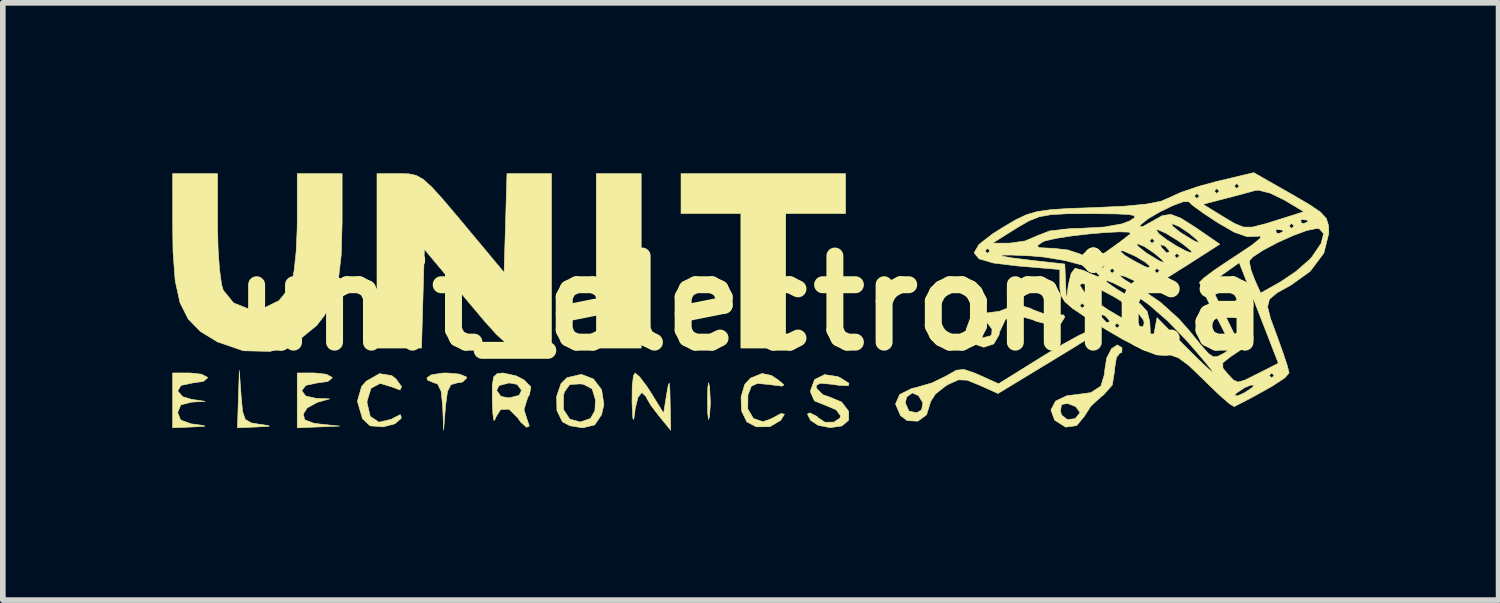
<source format=kicad_pcb>
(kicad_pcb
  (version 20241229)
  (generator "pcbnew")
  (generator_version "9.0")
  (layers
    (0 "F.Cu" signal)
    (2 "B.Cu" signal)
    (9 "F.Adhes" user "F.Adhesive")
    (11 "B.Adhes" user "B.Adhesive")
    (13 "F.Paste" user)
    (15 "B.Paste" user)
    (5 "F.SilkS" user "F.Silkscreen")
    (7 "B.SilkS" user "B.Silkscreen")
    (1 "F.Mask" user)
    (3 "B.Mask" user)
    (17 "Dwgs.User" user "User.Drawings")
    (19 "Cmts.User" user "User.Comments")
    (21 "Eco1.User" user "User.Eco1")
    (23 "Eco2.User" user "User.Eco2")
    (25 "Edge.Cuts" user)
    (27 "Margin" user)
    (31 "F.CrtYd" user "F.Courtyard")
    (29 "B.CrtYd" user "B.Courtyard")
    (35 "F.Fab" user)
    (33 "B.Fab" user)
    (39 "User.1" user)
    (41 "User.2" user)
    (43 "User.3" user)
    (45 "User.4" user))
  (footprint "unit_electronica"
    (layer "F.Cu")
    (at 10.236 2.315)
    (property "Reference" "unit_electronica" (at 0 0 0) (layer "F.SilkS") (effects (font (size 1.524 1.524) (thickness 0.3))))
    (attr through_hole)
    (fp_poly (pts (xy -1.94 0.794) (xy -2.734 0.794) (xy -2.734 -2.293) (xy -1.94 -2.293) (xy -1.94 0.794)) (stroke (width 0.01) (type solid)) (fill yes) (layer "F.SilkS"))
    (fp_poly (pts (xy 1.676 -1.587) (xy 0.617 -1.587) (xy 0.617 0.794) (xy -0.176 0.794) (xy -0.176 -1.587) (xy -1.235 -1.587) (xy -1.235 -2.293) (xy 1.676 -2.293) (xy 1.676 -1.587)) (stroke (width 0.01) (type solid)) (fill yes) (layer "F.SilkS"))
    (fp_poly (pts (xy -0.73 1.477) (xy -0.73 1.479) (xy -0.715 1.766) (xy -0.731 2.008) (xy -0.749 2.057) (xy -0.762 1.952) (xy -0.766 1.72) (xy -0.761 1.493) (xy -0.748 1.406) (xy -0.73 1.477)) (stroke (width 0.01) (type solid)) (fill yes) (layer "F.SilkS"))
    (fp_poly (pts (xy -9.019 1.648) (xy -8.994 1.917) (xy -8.945 2.057) (xy -8.843 2.118) (xy -8.705 2.141) (xy -8.533 2.165) (xy -8.522 2.178) (xy -8.677 2.187) (xy -8.753 2.191) (xy -9.084 2.205) (xy -9.068 1.698) (xy -9.051 1.191) (xy -9.019 1.648)) (stroke (width 0.01) (type solid)) (fill yes) (layer "F.SilkS"))
    (fp_poly (pts (xy -5.159 1.254) (xy -5.036 1.303) (xy -5.027 1.323) (xy -5.101 1.395) (xy -5.199 1.411) (xy -5.307 1.442) (xy -5.368 1.564) (xy -5.402 1.818) (xy -5.403 1.83) (xy -5.436 2.249) (xy -5.452 1.83) (xy -5.48 1.557) (xy -5.543 1.429) (xy -5.6 1.411) (xy -5.718 1.363) (xy -5.733 1.323) (xy -5.654 1.268) (xy -5.459 1.237) (xy -5.38 1.235) (xy -5.159 1.254)) (stroke (width 0.01) (type solid)) (fill yes) (layer "F.SilkS"))
    (fp_poly (pts (xy -7.513 1.257) (xy -7.411 1.311) (xy -7.408 1.323) (xy -7.485 1.385) (xy -7.67 1.411) (xy -7.673 1.411) (xy -7.876 1.454) (xy -7.946 1.549) (xy -7.876 1.643) (xy -7.695 1.684) (xy -7.452 1.693) (xy -7.672 1.754) (xy -7.849 1.852) (xy -7.92 1.961) (xy -7.893 2.064) (xy -7.738 2.123) (xy -7.612 2.14) (xy -7.276 2.175) (xy -7.651 2.19) (xy -8.026 2.205) (xy -8.026 1.235) (xy -7.717 1.235) (xy -7.513 1.257)) (stroke (width 0.01) (type solid)) (fill yes) (layer "F.SilkS"))
    (fp_poly (pts (xy -9.718 1.257) (xy -9.616 1.311) (xy -9.613 1.323) (xy -9.69 1.385) (xy -9.874 1.411) (xy -9.878 1.411) (xy -10.083 1.455) (xy -10.142 1.553) (xy -10.052 1.655) (xy -9.9 1.701) (xy -9.657 1.737) (xy -9.9 1.751) (xy -10.087 1.8) (xy -10.142 1.934) (xy -10.142 1.935) (xy -10.09 2.067) (xy -9.908 2.134) (xy -9.856 2.141) (xy -9.679 2.165) (xy -9.663 2.177) (xy -9.813 2.187) (xy -9.9 2.191) (xy -10.231 2.205) (xy -10.231 1.235) (xy -9.922 1.235) (xy -9.718 1.257)) (stroke (width 0.01) (type solid)) (fill yes) (layer "F.SilkS"))
    (fp_poly (pts (xy 0.365 1.279) (xy 0.49 1.363) (xy 0.585 1.443) (xy 0.555 1.468) (xy 0.378 1.447) (xy 0.335 1.44) (xy 0.117 1.42) (xy 0.009 1.469) (xy -0.048 1.617) (xy -0.051 1.628) (xy -0.054 1.872) (xy 0.046 2.04) (xy 0.214 2.097) (xy 0.353 2.049) (xy 0.535 1.953) (xy 0.595 1.964) (xy 0.529 2.073) (xy 0.336 2.186) (xy 0.097 2.188) (xy -0.071 2.099) (xy -0.164 1.908) (xy -0.173 1.66) (xy -0.107 1.435) (xy -0.006 1.326) (xy 0.199 1.244) (xy 0.365 1.279)) (stroke (width 0.01) (type solid)) (fill yes) (layer "F.SilkS"))
    (fp_poly (pts (xy -6.353 1.282) (xy -6.279 1.341) (xy -6.18 1.478) (xy -6.208 1.536) (xy -6.338 1.486) (xy -6.56 1.419) (xy -6.721 1.506) (xy -6.79 1.731) (xy -6.791 1.764) (xy -6.734 2.003) (xy -6.58 2.106) (xy -6.36 2.054) (xy -6.329 2.036) (xy -6.203 1.971) (xy -6.185 2.017) (xy -6.193 2.044) (xy -6.299 2.134) (xy -6.502 2.188) (xy -6.505 2.188) (xy -6.738 2.17) (xy -6.872 2.042) (xy -6.873 2.039) (xy -6.962 1.734) (xy -6.887 1.474) (xy -6.806 1.381) (xy -6.57 1.247) (xy -6.353 1.282)) (stroke (width 0.01) (type solid)) (fill yes) (layer "F.SilkS"))
    (fp_poly (pts (xy -6.055 -2.289) (xy -5.923 -2.262) (xy -5.795 -2.19) (xy -5.643 -2.052) (xy -5.439 -1.826) (xy -5.155 -1.49) (xy -5.096 -1.419) (xy -4.366 -0.544) (xy -4.34 -1.419) (xy -4.315 -2.293) (xy -3.528 -2.293) (xy -3.528 0.794) (xy -3.922 0.794) (xy -4.087 0.79) (xy -4.22 0.763) (xy -4.348 0.691) (xy -4.5 0.553) (xy -4.704 0.327) (xy -4.987 -0.009) (xy -5.047 -0.081) (xy -5.777 -0.955) (xy -5.802 -0.081) (xy -5.827 0.794) (xy -6.615 0.794) (xy -6.615 -2.293) (xy -6.22 -2.293) (xy -6.055 -2.289)) (stroke (width 0.01) (type solid)) (fill yes) (layer "F.SilkS"))
    (fp_poly (pts (xy -1.968 1.303) (xy -1.836 1.478) (xy -1.763 1.591) (xy -1.543 1.948) (xy -1.49 1.613) (xy -1.459 1.443) (xy -1.442 1.415) (xy -1.432 1.543) (xy -1.427 1.764) (xy -1.417 2.249) (xy -1.634 1.984) (xy -1.774 1.799) (xy -1.848 1.67) (xy -1.852 1.654) (xy -1.919 1.589) (xy -1.935 1.587) (xy -1.996 1.665) (xy -2.045 1.859) (xy -2.052 1.918) (xy -2.072 2.059) (xy -2.087 2.038) (xy -2.098 1.85) (xy -2.102 1.742) (xy -2.099 1.47) (xy -2.077 1.285) (xy -2.049 1.235) (xy -1.968 1.303)) (stroke (width 0.01) (type solid)) (fill yes) (layer "F.SilkS"))
    (fp_poly (pts (xy -2.784 1.342) (xy -2.64 1.532) (xy -2.6 1.792) (xy -2.641 1.973) (xy -2.763 2.154) (xy -2.974 2.205) (xy -2.979 2.205) (xy -3.2 2.169) (xy -3.334 2.099) (xy -3.431 1.9) (xy -3.431 1.881) (xy -3.316 1.881) (xy -3.204 2.051) (xy -3.016 2.103) (xy -2.837 2.04) (xy -2.759 1.902) (xy -2.749 1.71) (xy -2.808 1.516) (xy -2.959 1.436) (xy -3.018 1.428) (xy -3.205 1.44) (xy -3.297 1.568) (xy -3.314 1.627) (xy -3.316 1.881) (xy -3.431 1.881) (xy -3.436 1.647) (xy -3.357 1.42) (xy -3.252 1.317) (xy -2.999 1.259) (xy -2.784 1.342)) (stroke (width 0.01) (type solid)) (fill yes) (layer "F.SilkS"))
    (fp_poly (pts (xy -4.146 1.288) (xy -4.008 1.362) (xy -3.892 1.482) (xy -3.917 1.617) (xy -3.949 1.672) (xy -4.014 1.884) (xy -3.968 2.031) (xy -3.92 2.172) (xy -3.968 2.196) (xy -4.072 2.104) (xy -4.125 2.028) (xy -4.278 1.877) (xy -4.424 1.878) (xy -4.519 2.027) (xy -4.524 2.051) (xy -4.545 2.079) (xy -4.564 1.958) (xy -4.574 1.742) (xy -4.575 1.543) (xy -4.498 1.543) (xy -4.421 1.65) (xy -4.277 1.676) (xy -4.1 1.63) (xy -4.057 1.543) (xy -4.134 1.437) (xy -4.277 1.411) (xy -4.455 1.457) (xy -4.498 1.543) (xy -4.575 1.543) (xy -4.575 1.456) (xy -4.551 1.304) (xy -4.486 1.245) (xy -4.382 1.235) (xy -4.146 1.288)) (stroke (width 0.01) (type solid)) (fill yes) (layer "F.SilkS"))
    (fp_poly (pts (xy 1.538 1.299) (xy 1.584 1.321) (xy 1.737 1.418) (xy 1.727 1.461) (xy 1.551 1.452) (xy 1.443 1.436) (xy 1.233 1.416) (xy 1.158 1.454) (xy 1.164 1.508) (xy 1.275 1.62) (xy 1.39 1.659) (xy 1.607 1.75) (xy 1.732 1.914) (xy 1.732 2.071) (xy 1.612 2.172) (xy 1.406 2.202) (xy 1.191 2.161) (xy 1.058 2.073) (xy 1.002 1.963) (xy 1.042 1.94) (xy 1.173 2.005) (xy 1.191 2.028) (xy 1.311 2.106) (xy 1.469 2.105) (xy 1.577 2.034) (xy 1.587 1.991) (xy 1.511 1.887) (xy 1.327 1.809) (xy 1.323 1.808) (xy 1.126 1.729) (xy 1.06 1.582) (xy 1.058 1.542) (xy 1.128 1.352) (xy 1.305 1.264) (xy 1.538 1.299)) (stroke (width 0.01) (type solid)) (fill yes) (layer "F.SilkS"))
    (fp_poly (pts (xy -9.437 -1.371) (xy -9.427 -0.962) (xy -9.402 -0.598) (xy -9.365 -0.33) (xy -9.336 -0.229) (xy -9.152 -0.004) (xy -8.895 0.098) (xy -8.611 0.083) (xy -8.349 -0.045) (xy -8.158 -0.28) (xy -8.126 -0.357) (xy -8.081 -0.574) (xy -8.046 -0.909) (xy -8.028 -1.302) (xy -8.026 -1.468) (xy -8.026 -2.293) (xy -7.232 -2.293) (xy -7.232 -1.433) (xy -7.248 -0.853) (xy -7.299 -0.409) (xy -7.395 -0.064) (xy -7.546 0.219) (xy -7.685 0.397) (xy -8.061 0.703) (xy -8.502 0.853) (xy -8.981 0.842) (xy -9.44 0.684) (xy -9.74 0.5) (xy -9.956 0.279) (xy -10.101 -0.01) (xy -10.186 -0.396) (xy -10.224 -0.91) (xy -10.229 -1.257) (xy -10.231 -2.293) (xy -9.437 -2.293) (xy -9.437 -1.371)) (stroke (width 0.01) (type solid)) (fill yes) (layer "F.SilkS"))
    (fp_poly (pts (xy 4.935 0.087) (xy 5.005 0.121) (xy 5.229 0.203) (xy 5.406 0.214) (xy 5.418 0.21) (xy 5.535 0.207) (xy 5.556 0.246) (xy 5.486 0.359) (xy 5.303 0.385) (xy 5.049 0.32) (xy 4.986 0.292) (xy 4.702 0.212) (xy 4.507 0.285) (xy 4.401 0.509) (xy 4.393 0.558) (xy 4.299 0.72) (xy 4.123 0.779) (xy 3.938 0.718) (xy 3.888 0.67) (xy 3.808 0.469) (xy 3.823 0.431) (xy 3.973 0.431) (xy 3.994 0.562) (xy 4.086 0.617) (xy 4.236 0.579) (xy 4.262 0.559) (xy 4.268 0.458) (xy 4.183 0.348) (xy 4.072 0.306) (xy 4.047 0.315) (xy 3.973 0.431) (xy 3.823 0.431) (xy 3.875 0.29) (xy 4.06 0.186) (xy 4.152 0.176) (xy 4.4 0.143) (xy 4.571 0.077) (xy 4.731 0.028) (xy 4.935 0.087)) (stroke (width 0.01) (type solid)) (fill yes) (layer "F.SilkS"))
    (fp_poly (pts (xy 6.568 0.789) (xy 6.565 0.874) (xy 6.532 0.882) (xy 6.47 0.959) (xy 6.439 1.15) (xy 6.438 1.189) (xy 6.396 1.448) (xy 6.242 1.623) (xy 6.21 1.645) (xy 6.017 1.821) (xy 5.903 2) (xy 5.766 2.166) (xy 5.572 2.193) (xy 5.38 2.073) (xy 5.374 2.065) (xy 5.318 1.909) (xy 5.48 1.909) (xy 5.498 1.979) (xy 5.599 2.059) (xy 5.738 2.044) (xy 5.819 1.947) (xy 5.821 1.928) (xy 5.75 1.831) (xy 5.606 1.774) (xy 5.497 1.793) (xy 5.48 1.909) (xy 5.318 1.909) (xy 5.311 1.887) (xy 5.394 1.731) (xy 5.594 1.637) (xy 5.699 1.625) (xy 6.017 1.583) (xy 6.195 1.466) (xy 6.26 1.251) (xy 6.262 1.192) (xy 6.297 0.972) (xy 6.381 0.807) (xy 6.485 0.738) (xy 6.568 0.789)) (stroke (width 0.01) (type solid)) (fill yes) (layer "F.SilkS"))
    (fp_poly (pts (xy 6.087 0.499) (xy 6.093 0.524) (xy 6.054 0.565) (xy 5.947 0.639) (xy 5.748 0.763) (xy 5.435 0.954) (xy 5.208 1.092) (xy 4.374 1.598) (xy 4.047 1.451) (xy 3.826 1.362) (xy 3.673 1.356) (xy 3.502 1.433) (xy 3.448 1.464) (xy 3.266 1.608) (xy 3.177 1.748) (xy 3.175 1.765) (xy 3.11 1.975) (xy 2.955 2.088) (xy 2.767 2.078) (xy 2.649 1.989) (xy 2.561 1.786) (xy 2.57 1.764) (xy 2.734 1.764) (xy 2.798 1.909) (xy 2.936 1.939) (xy 3.022 1.888) (xy 3.045 1.765) (xy 2.968 1.636) (xy 2.857 1.587) (xy 2.757 1.661) (xy 2.734 1.764) (xy 2.57 1.764) (xy 2.634 1.616) (xy 2.853 1.507) (xy 2.911 1.496) (xy 3.205 1.411) (xy 3.465 1.284) (xy 3.633 1.187) (xy 3.77 1.171) (xy 3.957 1.235) (xy 4.047 1.274) (xy 4.384 1.426) (xy 5.194 0.922) (xy 5.528 0.723) (xy 5.805 0.571) (xy 5.994 0.485) (xy 6.06 0.474) (xy 6.087 0.499)) (stroke (width 0.01) (type solid)) (fill yes) (layer "F.SilkS"))
    (fp_poly (pts (xy 9.565 -1.931) (xy 9.886 -1.744) (xy 10.083 -1.61) (xy 10.185 -1.497) (xy 10.223 -1.373) (xy 10.228 -1.239) (xy 10.14 -0.887) (xy 9.898 -0.564) (xy 9.558 -0.32) (xy 9.311 -0.183) (xy 9.178 -0.071) (xy 9.144 0.063) (xy 9.196 0.271) (xy 9.303 0.56) (xy 9.412 0.863) (xy 9.492 1.103) (xy 9.525 1.232) (xy 9.525 1.235) (xy 9.446 1.324) (xy 9.215 1.475) (xy 8.845 1.68) (xy 8.553 1.83) (xy 8.474 1.783) (xy 8.306 1.638) (xy 8.555 1.638) (xy 8.62 1.637) (xy 8.731 1.587) (xy 8.87 1.496) (xy 8.908 1.449) (xy 8.843 1.45) (xy 8.731 1.499) (xy 8.593 1.59) (xy 8.555 1.638) (xy 8.306 1.638) (xy 8.305 1.637) (xy 8.081 1.422) (xy 8.023 1.364) (xy 7.756 1.107) (xy 7.566 0.965) (xy 7.422 0.917) (xy 7.339 0.925) (xy 7.183 0.916) (xy 6.94 0.825) (xy 6.625 0.661) (xy 6.879 0.661) (xy 6.923 0.706) (xy 6.967 0.661) (xy 6.923 0.617) (xy 6.879 0.661) (xy 6.625 0.661) (xy 6.589 0.643) (xy 6.303 0.477) (xy 6.286 0.466) (xy 6.629 0.466) (xy 6.65 0.516) (xy 6.739 0.61) (xy 6.79 0.591) (xy 6.791 0.578) (xy 6.728 0.504) (xy 6.689 0.477) (xy 6.629 0.466) (xy 6.286 0.466) (xy 6.172 0.397) (xy 6.438 0.397) (xy 6.482 0.441) (xy 6.526 0.397) (xy 6.482 0.353) (xy 6.438 0.397) (xy 6.172 0.397) (xy 5.936 0.254) (xy 5.857 0.202) (xy 6.188 0.202) (xy 6.209 0.251) (xy 6.298 0.346) (xy 6.349 0.326) (xy 6.35 0.314) (xy 6.287 0.239) (xy 6.248 0.212) (xy 6.188 0.202) (xy 5.857 0.202) (xy 5.753 0.132) (xy 5.997 0.132) (xy 6.041 0.176) (xy 6.085 0.132) (xy 6.041 0.088) (xy 5.997 0.132) (xy 5.753 0.132) (xy 5.696 0.094) (xy 5.638 0.044) (xy 5.821 0.044) (xy 5.865 0.088) (xy 5.909 0.044) (xy 5.865 0) (xy 5.821 0.044) (xy 5.638 0.044) (xy 5.556 -0.028) (xy 5.489 -0.138) (xy 5.469 -0.26) (xy 5.468 -0.309) (xy 5.468 -0.596) (xy 4.718 -0.659) (xy 4.291 -0.711) (xy 4.037 -0.786) (xy 3.999 -0.833) (xy 4.446 -0.833) (xy 4.615 -0.802) (xy 4.953 -0.76) (xy 5.049 -0.749) (xy 5.556 -0.693) (xy 5.584 -0.044) (xy 5.618 -0.318) (xy 5.821 -0.318) (xy 5.892 -0.207) (xy 6.077 -0.048) (xy 6.328 0.121) (xy 6.646 0.308) (xy 6.841 0.405) (xy 6.937 0.419) (xy 6.96 0.358) (xy 6.952 0.305) (xy 6.871 0.194) (xy 6.694 0.054) (xy 6.462 -0.094) (xy 6.218 -0.226) (xy 6.002 -0.318) (xy 5.858 -0.349) (xy 5.821 -0.318) (xy 5.618 -0.318) (xy 5.62 -0.331) (xy 5.639 -0.407) (xy 6.286 -0.407) (xy 6.298 -0.372) (xy 6.464 -0.256) (xy 6.659 -0.137) (xy 6.895 0.014) (xy 7.014 0.148) (xy 7.059 0.325) (xy 7.067 0.467) (xy 7.076 0.69) (xy 7.089 0.747) (xy 7.101 0.7) (xy 7.232 0.7) (xy 7.296 0.79) (xy 7.32 0.794) (xy 7.406 0.764) (xy 7.408 0.755) (xy 7.347 0.68) (xy 7.32 0.661) (xy 7.239 0.668) (xy 7.232 0.7) (xy 7.101 0.7) (xy 7.114 0.648) (xy 7.133 0.547) (xy 7.188 0.256) (xy 7.67 0.746) (xy 7.901 0.976) (xy 8.082 1.148) (xy 8.179 1.231) (xy 8.186 1.235) (xy 8.147 1.174) (xy 8.014 1.011) (xy 7.812 0.775) (xy 7.688 0.635) (xy 7.375 0.313) (xy 7.042 0.023) (xy 6.748 -0.186) (xy 6.709 -0.208) (xy 6.424 -0.354) (xy 6.286 -0.407) (xy 5.639 -0.407) (xy 5.668 -0.526) (xy 5.737 -0.617) (xy 5.744 -0.617) (xy 5.888 -0.579) (xy 6.003 -0.526) (xy 6.136 -0.472) (xy 6.174 -0.48) (xy 6.166 -0.489) (xy 6.526 -0.489) (xy 6.598 -0.426) (xy 6.781 -0.314) (xy 6.945 -0.223) (xy 7.248 -0.017) (xy 7.57 0.274) (xy 7.757 0.484) (xy 7.968 0.744) (xy 8.1 0.892) (xy 8.188 0.95) (xy 8.267 0.94) (xy 8.371 0.886) (xy 8.376 0.884) (xy 8.454 0.827) (xy 8.472 0.746) (xy 8.423 0.601) (xy 8.298 0.353) (xy 8.239 0.244) (xy 8.092 -0.036) (xy 7.985 -0.254) (xy 7.948 -0.345) (xy 8.119 -0.345) (xy 8.403 0.235) (xy 8.687 0.814) (xy 8.486 0.949) (xy 8.351 1.056) (xy 8.354 1.149) (xy 8.434 1.247) (xy 8.537 1.357) (xy 8.62 1.396) (xy 8.741 1.362) (xy 8.908 1.279) (xy 9.172 1.279) (xy 9.216 1.323) (xy 9.26 1.279) (xy 9.216 1.235) (xy 9.172 1.279) (xy 8.908 1.279) (xy 8.957 1.254) (xy 8.992 1.237) (xy 9.335 1.062) (xy 9.069 0.377) (xy 8.934 0.03) (xy 8.816 -0.275) (xy 8.734 -0.483) (xy 8.723 -0.513) (xy 8.643 -0.717) (xy 8.119 -0.345) (xy 7.948 -0.345) (xy 7.94 -0.365) (xy 7.94 -0.368) (xy 8.008 -0.439) (xy 8.192 -0.577) (xy 8.436 -0.742) (xy 8.819 -0.742) (xy 8.854 -0.578) (xy 8.921 -0.403) (xy 9.022 -0.18) (xy 9.373 -0.377) (xy 9.646 -0.561) (xy 9.887 -0.772) (xy 9.932 -0.823) (xy 10.092 -1.058) (xy 10.136 -1.232) (xy 10.059 -1.318) (xy 10.016 -1.323) (xy 9.84 -1.287) (xy 9.589 -1.194) (xy 9.312 -1.069) (xy 9.059 -0.934) (xy 8.879 -0.816) (xy 8.819 -0.742) (xy 8.436 -0.742) (xy 8.458 -0.757) (xy 8.577 -0.834) (xy 8.864 -1.025) (xy 9.013 -1.146) (xy 9.016 -1.19) (xy 8.974 -1.184) (xy 8.782 -1.177) (xy 8.553 -1.257) (xy 8.49 -1.294) (xy 9.29 -1.294) (xy 9.302 -1.241) (xy 9.349 -1.235) (xy 9.421 -1.267) (xy 9.407 -1.294) (xy 9.303 -1.304) (xy 9.29 -1.294) (xy 8.49 -1.294) (xy 8.269 -1.421) (xy 8.015 -1.588) (xy 7.824 -1.727) (xy 7.799 -1.75) (xy 8.001 -1.75) (xy 8.344 -1.539) (xy 8.561 -1.41) (xy 8.718 -1.347) (xy 8.879 -1.347) (xy 8.957 -1.367) (xy 9.525 -1.367) (xy 9.569 -1.323) (xy 9.613 -1.367) (xy 9.569 -1.411) (xy 9.525 -1.367) (xy 8.957 -1.367) (xy 9.106 -1.405) (xy 9.314 -1.47) (xy 9.731 -1.47) (xy 9.743 -1.417) (xy 9.79 -1.411) (xy 9.862 -1.443) (xy 9.848 -1.47) (xy 9.744 -1.48) (xy 9.731 -1.47) (xy 9.314 -1.47) (xy 9.318 -1.471) (xy 9.787 -1.619) (xy 9.435 -1.829) (xy 9.191 -1.947) (xy 8.987 -1.999) (xy 8.929 -1.995) (xy 8.75 -1.946) (xy 8.488 -1.876) (xy 8.388 -1.851) (xy 8.001 -1.75) (xy 7.799 -1.75) (xy 7.748 -1.796) (xy 7.653 -1.796) (xy 7.466 -1.727) (xy 7.242 -1.618) (xy 7.035 -1.497) (xy 6.902 -1.393) (xy 6.879 -1.353) (xy 6.942 -1.359) (xy 7.031 -1.409) (xy 7.452 -1.409) (xy 7.458 -1.368) (xy 7.581 -1.267) (xy 7.629 -1.235) (xy 7.839 -1.105) (xy 7.933 -1.067) (xy 7.896 -1.121) (xy 7.761 -1.235) (xy 7.581 -1.356) (xy 7.453 -1.409) (xy 7.452 -1.409) (xy 7.031 -1.409) (xy 7.093 -1.443) (xy 7.097 -1.445) (xy 7.278 -1.548) (xy 7.43 -1.572) (xy 7.607 -1.506) (xy 7.863 -1.344) (xy 7.904 -1.316) (xy 8.299 -1.044) (xy 7.682 -0.649) (xy 7.378 -0.458) (xy 7.178 -0.349) (xy 7.041 -0.312) (xy 6.922 -0.334) (xy 6.796 -0.394) (xy 6.618 -0.475) (xy 6.529 -0.493) (xy 6.526 -0.489) (xy 6.166 -0.489) (xy 6.094 -0.573) (xy 6.35 -0.573) (xy 6.394 -0.529) (xy 6.438 -0.573) (xy 7.144 -0.573) (xy 7.188 -0.529) (xy 7.232 -0.573) (xy 7.188 -0.617) (xy 7.144 -0.573) (xy 6.438 -0.573) (xy 6.394 -0.617) (xy 6.35 -0.573) (xy 6.094 -0.573) (xy 6.092 -0.575) (xy 5.897 -0.661) (xy 6.174 -0.661) (xy 6.218 -0.617) (xy 6.262 -0.661) (xy 6.218 -0.706) (xy 6.174 -0.661) (xy 5.897 -0.661) (xy 5.874 -0.671) (xy 5.56 -0.755) (xy 5.189 -0.816) (xy 4.964 -0.836) (xy 4.618 -0.852) (xy 4.446 -0.851) (xy 4.446 -0.833) (xy 3.999 -0.833) (xy 3.952 -0.892) (xy 3.972 -0.926) (xy 4.145 -0.926) (xy 4.189 -0.882) (xy 4.233 -0.926) (xy 4.189 -0.97) (xy 4.145 -0.926) (xy 3.972 -0.926) (xy 4.023 -1.015) (xy 5.067 -1.015) (xy 5.102 -0.983) (xy 5.286 -0.973) (xy 5.341 -0.973) (xy 5.614 -0.941) (xy 5.835 -0.867) (xy 5.867 -0.848) (xy 5.974 -0.795) (xy 6.1 -0.807) (xy 6.276 -0.899) (xy 6.308 -0.922) (xy 6.532 -0.922) (xy 6.622 -0.843) (xy 6.769 -0.756) (xy 6.957 -0.656) (xy 7.037 -0.625) (xy 7.055 -0.648) (xy 7.056 -0.659) (xy 6.986 -0.723) (xy 6.815 -0.825) (xy 6.791 -0.838) (xy 6.59 -0.926) (xy 6.532 -0.922) (xy 6.308 -0.922) (xy 6.494 -1.056) (xy 6.835 -1.056) (xy 6.84 -1.016) (xy 6.964 -0.915) (xy 7.011 -0.882) (xy 7.222 -0.752) (xy 7.315 -0.714) (xy 7.279 -0.768) (xy 7.196 -0.838) (xy 7.497 -0.838) (xy 7.541 -0.794) (xy 7.585 -0.838) (xy 7.541 -0.882) (xy 7.497 -0.838) (xy 7.196 -0.838) (xy 7.144 -0.882) (xy 6.963 -1.004) (xy 6.891 -1.033) (xy 7.246 -1.033) (xy 7.268 -0.984) (xy 7.356 -0.889) (xy 7.407 -0.909) (xy 7.408 -0.921) (xy 7.346 -0.995) (xy 7.307 -1.023) (xy 7.246 -1.033) (xy 6.891 -1.033) (xy 6.836 -1.056) (xy 6.835 -1.056) (xy 6.494 -1.056) (xy 6.535 -1.085) (xy 6.557 -1.102) (xy 7.056 -1.102) (xy 7.1 -1.058) (xy 7.144 -1.102) (xy 7.1 -1.147) (xy 7.056 -1.102) (xy 6.557 -1.102) (xy 6.721 -1.23) (xy 6.691 -1.257) (xy 6.528 -1.263) (xy 6.276 -1.251) (xy 5.976 -1.225) (xy 5.67 -1.189) (xy 5.402 -1.147) (xy 5.212 -1.104) (xy 5.159 -1.082) (xy 5.067 -1.015) (xy 4.023 -1.015) (xy 4.035 -1.037) (xy 4.067 -1.062) (xy 4.277 -1.062) (xy 4.586 -1.063) (xy 4.849 -1.1) (xy 5.06 -1.189) (xy 5.066 -1.193) (xy 5.29 -1.279) (xy 5.453 -1.297) (xy 7.177 -1.297) (xy 7.216 -1.233) (xy 7.357 -1.124) (xy 7.542 -1.007) (xy 7.715 -0.917) (xy 7.804 -0.889) (xy 7.791 -0.928) (xy 7.662 -1.034) (xy 7.554 -1.11) (xy 7.347 -1.237) (xy 7.206 -1.299) (xy 7.177 -1.297) (xy 5.453 -1.297) (xy 5.671 -1.322) (xy 5.86 -1.326) (xy 6.256 -1.348) (xy 6.569 -1.404) (xy 6.703 -1.455) (xy 6.788 -1.512) (xy 6.79 -1.548) (xy 6.688 -1.57) (xy 6.458 -1.58) (xy 6.078 -1.584) (xy 6.019 -1.584) (xy 5.602 -1.583) (xy 5.313 -1.567) (xy 5.103 -1.529) (xy 4.925 -1.458) (xy 4.73 -1.346) (xy 4.696 -1.325) (xy 4.277 -1.062) (xy 4.067 -1.062) (xy 4.283 -1.23) (xy 4.476 -1.351) (xy 4.695 -1.479) (xy 4.879 -1.566) (xy 5.072 -1.622) (xy 5.316 -1.656) (xy 5.654 -1.677) (xy 6.085 -1.692) (xy 6.62 -1.717) (xy 7.003 -1.754) (xy 7.261 -1.805) (xy 7.408 -1.868) (xy 7.47 -1.896) (xy 7.849 -1.896) (xy 7.893 -1.852) (xy 7.938 -1.896) (xy 7.893 -1.94) (xy 7.849 -1.896) (xy 7.47 -1.896) (xy 7.604 -1.958) (xy 7.681 -1.984) (xy 8.202 -1.984) (xy 8.246 -1.94) (xy 8.29 -1.984) (xy 8.246 -2.028) (xy 8.202 -1.984) (xy 7.681 -1.984) (xy 7.908 -2.062) (xy 7.947 -2.073) (xy 8.555 -2.073) (xy 8.599 -2.028) (xy 8.643 -2.073) (xy 8.599 -2.117) (xy 8.555 -2.073) (xy 7.947 -2.073) (xy 8.255 -2.157) (xy 8.264 -2.159) (xy 8.899 -2.31) (xy 9.565 -1.931)) (stroke (width 0.01) (type solid)) (fill yes) (layer "F.SilkS")))
  (gr_rect
    (start -3 -3)
    (end 23.468 7.569)
    (stroke (width 0.1) (type default))
    (fill no)
    (layer "Edge.Cuts")))
</source>
